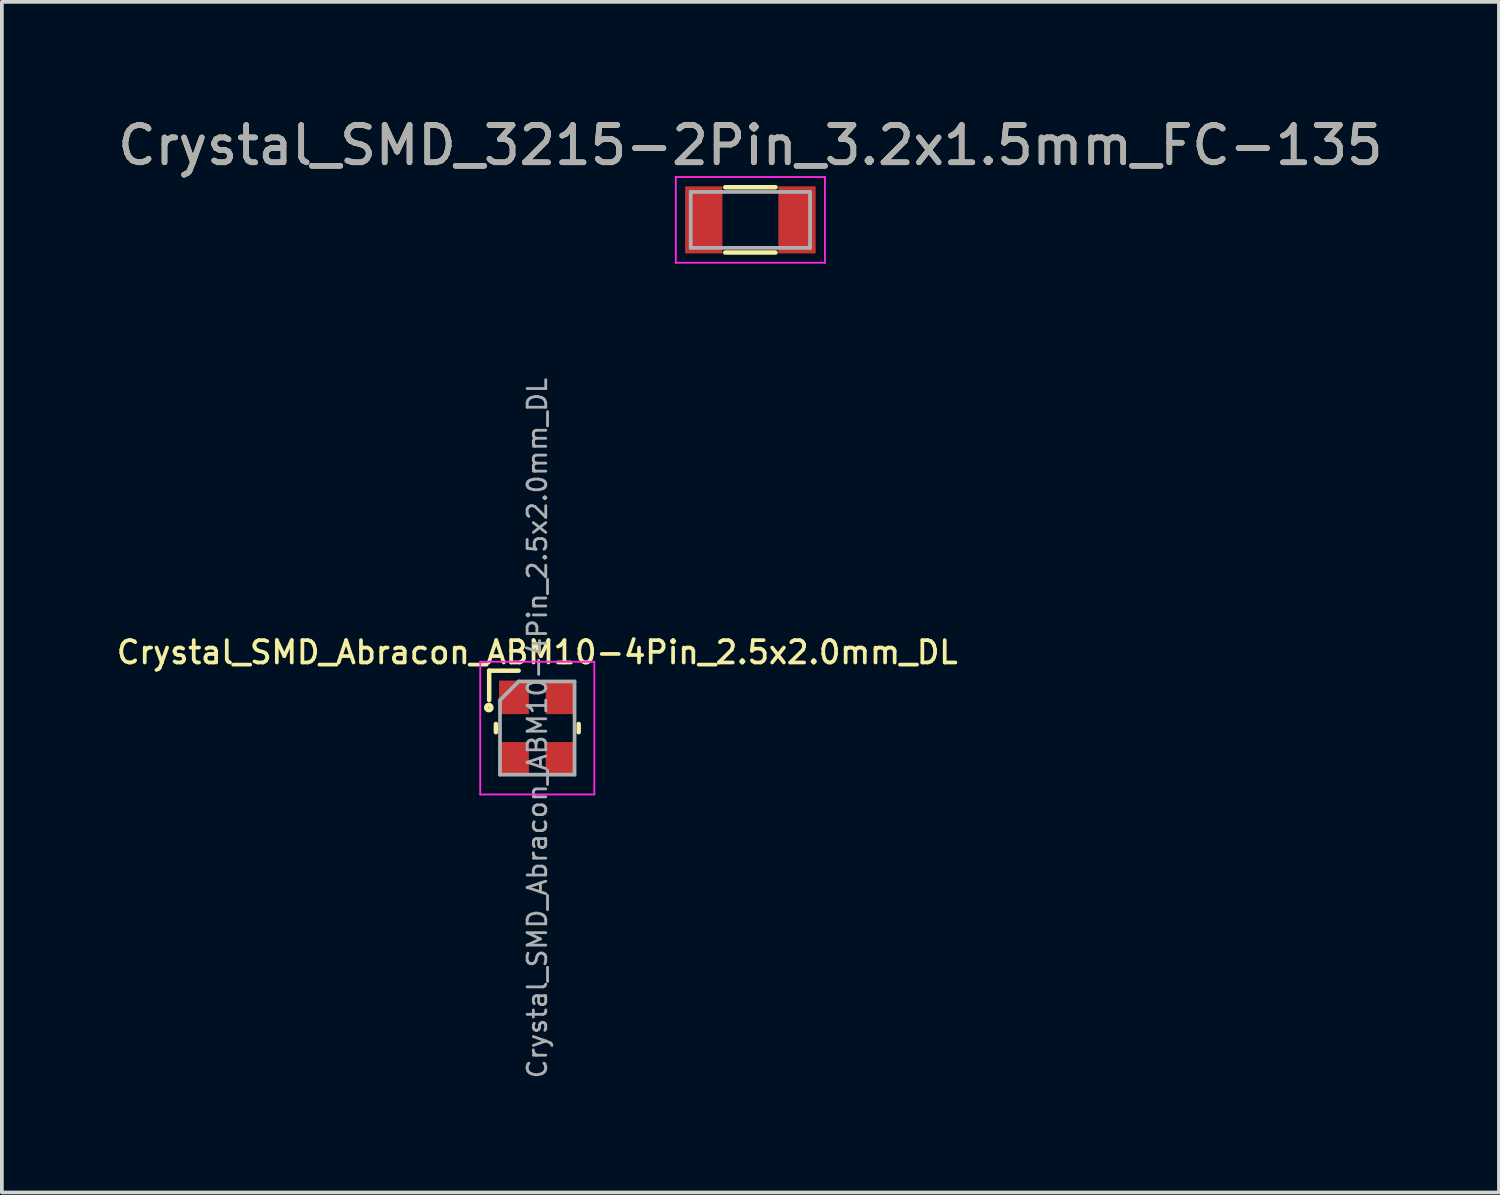
<source format=kicad_pcb>
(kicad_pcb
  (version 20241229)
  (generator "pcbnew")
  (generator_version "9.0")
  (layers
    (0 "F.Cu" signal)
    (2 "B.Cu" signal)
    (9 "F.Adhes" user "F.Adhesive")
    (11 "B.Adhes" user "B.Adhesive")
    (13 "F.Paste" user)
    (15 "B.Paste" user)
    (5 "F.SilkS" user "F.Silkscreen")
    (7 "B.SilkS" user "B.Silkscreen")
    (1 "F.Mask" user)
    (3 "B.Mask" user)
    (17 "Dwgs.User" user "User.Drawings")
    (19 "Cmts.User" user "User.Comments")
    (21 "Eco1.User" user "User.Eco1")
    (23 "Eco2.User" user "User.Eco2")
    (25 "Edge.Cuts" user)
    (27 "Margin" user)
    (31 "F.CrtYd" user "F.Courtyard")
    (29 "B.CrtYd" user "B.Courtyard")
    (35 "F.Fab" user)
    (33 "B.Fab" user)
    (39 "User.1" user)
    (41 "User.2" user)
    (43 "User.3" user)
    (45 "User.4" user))
  (footprint "Crystal_SMD_3215-2Pin_3.2x1.5mm_FC-135"
    (layer "F.Cu")
    (at 17.077 2.848)
    (property "Reference" "Crystal_SMD_3215-2Pin_3.2x1.5mm_FC-135" (at 0 -2 0) (layer "F.SilkS") (effects (font (size 1 1) (thickness 0.15))))
    (attr smd)
    (fp_line (start -0.675 -0.875) (end 0.675 -0.875) (stroke (width 0.12) (type solid)) (layer "F.SilkS"))
    (fp_line (start -0.675 0.875) (end 0.675 0.875) (stroke (width 0.12) (type solid)) (layer "F.SilkS"))
    (fp_line (start -2 -1.15) (end -2 1.15) (stroke (width 0.05) (type solid)) (layer "F.CrtYd"))
    (fp_line (start -2 -1.15) (end 2 -1.15) (stroke (width 0.05) (type solid)) (layer "F.CrtYd"))
    (fp_line (start -2 1.15) (end 2 1.15) (stroke (width 0.05) (type solid)) (layer "F.CrtYd"))
    (fp_line (start 2 -1.15) (end 2 1.15) (stroke (width 0.05) (type solid)) (layer "F.CrtYd"))
    (fp_line (start -1.6 -0.75) (end -1.6 0.75) (stroke (width 0.1) (type solid)) (layer "F.Fab"))
    (fp_line (start -1.6 -0.75) (end 1.6 -0.75) (stroke (width 0.1) (type solid)) (layer "F.Fab"))
    (fp_line (start -1.6 0.75) (end 1.6 0.75) (stroke (width 0.1) (type solid)) (layer "F.Fab"))
    (fp_line (start 1.6 -0.75) (end 1.6 0.75) (stroke (width 0.1) (type solid)) (layer "F.Fab"))
    (fp_text user "${REFERENCE}" (at 0 -2 0) (layer "F.Fab") (effects (font (size 1 1) (thickness 0.15))))
    (pad "1" smd rect (at 1.25 0) (size 1 1.8) (layers "F.Cu" "F.Mask" "F.Paste"))
    (pad "2" smd rect (at -1.25 0) (size 1 1.8) (layers "F.Cu" "F.Mask" "F.Paste")))
  (footprint "Crystal_SMD_Abracon_ABM10-4Pin_2.5x2.0mm_DL"
    (layer "F.Cu")
    (at 11.361 16.479)
    (property "Reference" "Crystal_SMD_Abracon_ABM10-4Pin_2.5x2.0mm_DL" (at 0 -2.032 0) (layer "F.SilkS") (effects (font (size 0.6 0.6) (thickness 0.1))))
    (attr smd)
    (fp_line (start -1.29 -0.75) (end -1.29 -1.54) (stroke (width 0.12) (type solid)) (layer "F.SilkS"))
    (fp_line (start -1.11 -0.11) (end -1.11 0.11) (stroke (width 0.12) (type solid)) (layer "F.SilkS"))
    (fp_line (start -0.5 -1.54) (end -1.29 -1.54) (stroke (width 0.12) (type solid)) (layer "F.SilkS"))
    (fp_line (start 1.11 -0.11) (end 1.11 0.11) (stroke (width 0.12) (type solid)) (layer "F.SilkS"))
    (fp_circle (center -1.3 -0.55) (end -1.25 -0.5) (stroke (width 0.12) (type solid)) (fill no) (layer "F.SilkS"))
    (fp_line (start -1.53 -1.78) (end -1.53 1.78) (stroke (width 0.05) (type solid)) (layer "F.CrtYd"))
    (fp_line (start -1.53 1.78) (end 1.53 1.78) (stroke (width 0.05) (type solid)) (layer "F.CrtYd"))
    (fp_line (start 1.53 -1.78) (end -1.53 -1.78) (stroke (width 0.05) (type solid)) (layer "F.CrtYd"))
    (fp_line (start 1.53 -1.78) (end 1.53 1.78) (stroke (width 0.05) (type solid)) (layer "F.CrtYd"))
    (fp_line (start -1 -0.75) (end -1 1.25) (stroke (width 0.1) (type solid)) (layer "F.Fab"))
    (fp_line (start -1 1.25) (end 1 1.25) (stroke (width 0.1) (type solid)) (layer "F.Fab"))
    (fp_line (start -0.5 -1.25) (end -1 -0.75) (stroke (width 0.1) (type solid)) (layer "F.Fab"))
    (fp_line (start -0.5 -1.25) (end 1 -1.25) (stroke (width 0.1) (type solid)) (layer "F.Fab"))
    (fp_line (start 1 -1.25) (end 1 1.25) (stroke (width 0.1) (type solid)) (layer "F.Fab"))
    (fp_text user "${REFERENCE}" (at 0 0 90) (layer "F.Fab") (effects (font (size 0.5 0.5) (thickness 0.075))))
    (pad "1" smd rect (at -0.625 -0.825) (size 0.8 0.9) (layers "F.Cu" "F.Mask" "F.Paste"))
    (pad "2" smd rect (at -0.625 0.825) (size 0.8 0.9) (layers "F.Cu" "F.Mask" "F.Paste"))
    (pad "3" smd rect (at 0.625 0.825) (size 0.8 0.9) (layers "F.Cu" "F.Mask" "F.Paste"))
    (pad "4" smd rect (at 0.625 -0.825) (size 0.8 0.9) (layers "F.Cu" "F.Mask" "F.Paste")))
  (gr_rect
    (start -3 -3)
    (end 37.155 28.934)
    (stroke (width 0.1) (type default))
    (fill no)
    (layer "Edge.Cuts")))
</source>
